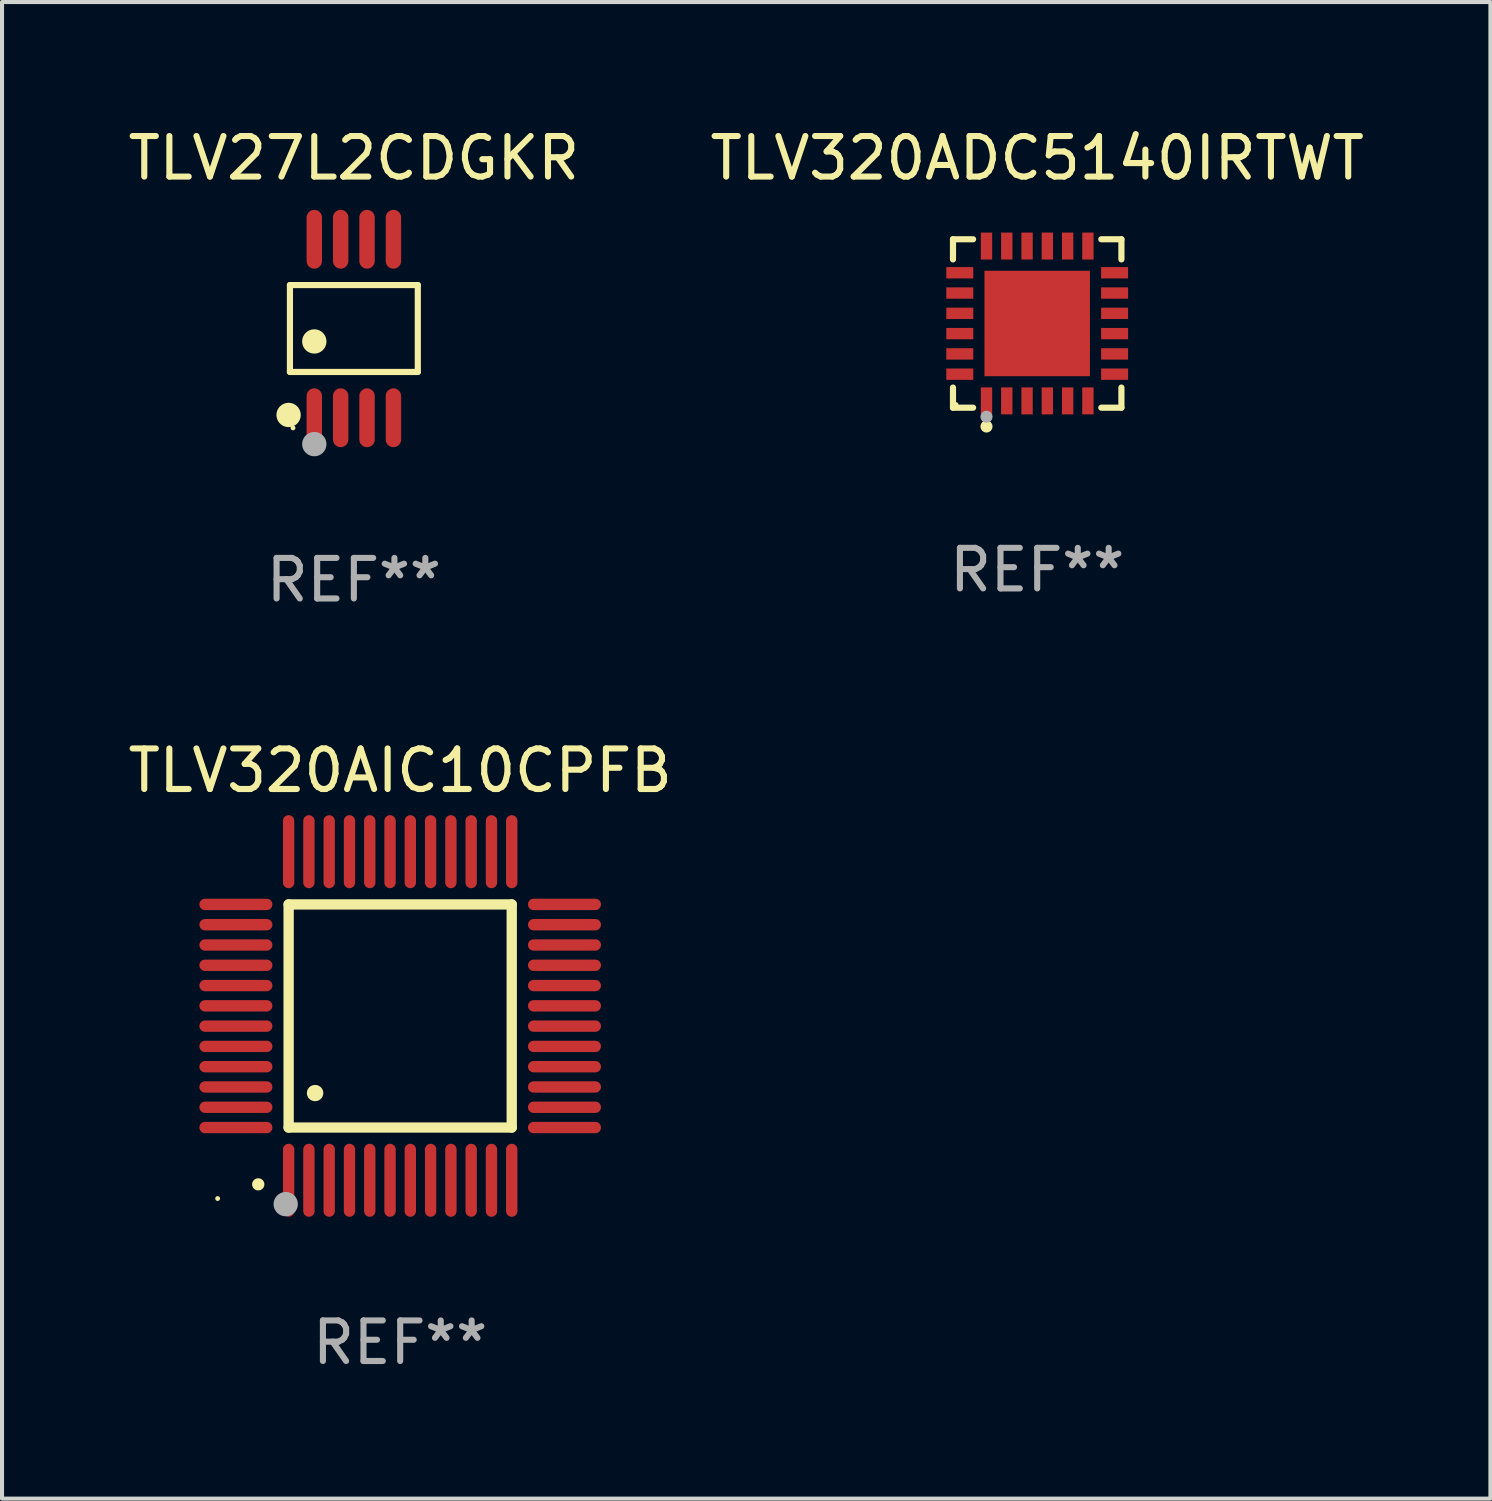
<source format=kicad_pcb>
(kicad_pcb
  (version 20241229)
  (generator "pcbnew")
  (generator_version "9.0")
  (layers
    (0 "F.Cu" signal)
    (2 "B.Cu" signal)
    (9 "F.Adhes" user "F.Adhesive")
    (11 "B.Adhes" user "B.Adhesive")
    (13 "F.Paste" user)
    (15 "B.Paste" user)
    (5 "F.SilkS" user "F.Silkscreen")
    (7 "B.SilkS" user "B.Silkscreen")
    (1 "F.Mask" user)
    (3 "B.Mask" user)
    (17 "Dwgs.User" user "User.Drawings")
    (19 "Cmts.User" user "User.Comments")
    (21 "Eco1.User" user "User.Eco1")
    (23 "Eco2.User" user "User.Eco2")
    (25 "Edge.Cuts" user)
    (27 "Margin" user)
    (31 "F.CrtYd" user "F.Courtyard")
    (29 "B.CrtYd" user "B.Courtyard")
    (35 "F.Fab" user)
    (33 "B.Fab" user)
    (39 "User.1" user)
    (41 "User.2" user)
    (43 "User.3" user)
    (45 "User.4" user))
  (footprint "TLV320AIC10CPFB"
    (layer "F.Cu")
    (at 6.815 21.995)
    (property "Reference" "TLV320AIC10CPFB" (at 0 -6.05 0) (layer "F.SilkS") (effects (font (size 1 1) (thickness 0.15))))
    (attr through_hole)
    (fp_line (start -2.75 -2.75) (end 2.75 -2.75) (stroke (width 0.254) (type solid)) (layer "F.SilkS"))
    (fp_line (start -2.75 2.75) (end -2.75 -2.75) (stroke (width 0.254) (type solid)) (layer "F.SilkS"))
    (fp_line (start 2.75 -2.75) (end 2.75 2.75) (stroke (width 0.254) (type solid)) (layer "F.SilkS"))
    (fp_line (start 2.75 2.75) (end -2.75 2.75) (stroke (width 0.254) (type solid)) (layer "F.SilkS"))
    (fp_arc (start -3.500127 4.150368) (mid -3.498857 4.150363) (end -3.497587 4.150368) (stroke (width 0.3) (type solid)) (layer "F.SilkS"))
    (fp_arc (start -2.100584 1.899924) (mid -2.098044 1.899908) (end -2.095504 1.899924) (stroke (width 0.4) (type solid)) (layer "F.SilkS"))
    (fp_circle (center -4.5 4.5) (end -4.47 4.5) (stroke (width 0.06) (type solid)) (fill no) (layer "F.SilkS"))
    (fp_circle (center -2.822 4.638) (end -2.672 4.638) (stroke (width 0.3) (type solid)) (fill no) (layer "F.Fab"))
    (fp_text user "REF**" (at 0 8.05 0) (layer "F.Fab") (effects (font (size 1 1) (thickness 0.15))))
    (pad "1" smd oval (at -2.75 4.05) (size 0.28 1.8) (layers "F.Cu" "F.Mask" "F.Paste"))
    (pad "2" smd oval (at -2.25 4.05) (size 0.28 1.8) (layers "F.Cu" "F.Mask" "F.Paste"))
    (pad "3" smd oval (at -1.75 4.05) (size 0.28 1.8) (layers "F.Cu" "F.Mask" "F.Paste"))
    (pad "4" smd oval (at -1.25 4.05) (size 0.28 1.8) (layers "F.Cu" "F.Mask" "F.Paste"))
    (pad "5" smd oval (at -0.75 4.05) (size 0.28 1.8) (layers "F.Cu" "F.Mask" "F.Paste"))
    (pad "6" smd oval (at -0.25 4.05) (size 0.28 1.8) (layers "F.Cu" "F.Mask" "F.Paste"))
    (pad "7" smd oval (at 0.25 4.05) (size 0.28 1.8) (layers "F.Cu" "F.Mask" "F.Paste"))
    (pad "8" smd oval (at 0.75 4.05) (size 0.28 1.8) (layers "F.Cu" "F.Mask" "F.Paste"))
    (pad "9" smd oval (at 1.25 4.05) (size 0.28 1.8) (layers "F.Cu" "F.Mask" "F.Paste"))
    (pad "10" smd oval (at 1.75 4.05) (size 0.28 1.8) (layers "F.Cu" "F.Mask" "F.Paste"))
    (pad "11" smd oval (at 2.25 4.05) (size 0.28 1.8) (layers "F.Cu" "F.Mask" "F.Paste"))
    (pad "12" smd oval (at 2.75 4.05) (size 0.28 1.8) (layers "F.Cu" "F.Mask" "F.Paste"))
    (pad "13" smd oval (at 4.05 2.75) (size 1.8 0.28) (layers "F.Cu" "F.Mask" "F.Paste"))
    (pad "14" smd oval (at 4.05 2.25) (size 1.8 0.28) (layers "F.Cu" "F.Mask" "F.Paste"))
    (pad "15" smd oval (at 4.05 1.75) (size 1.8 0.28) (layers "F.Cu" "F.Mask" "F.Paste"))
    (pad "16" smd oval (at 4.05 1.25) (size 1.8 0.28) (layers "F.Cu" "F.Mask" "F.Paste"))
    (pad "17" smd oval (at 4.05 0.75) (size 1.8 0.28) (layers "F.Cu" "F.Mask" "F.Paste"))
    (pad "18" smd oval (at 4.05 0.25) (size 1.8 0.28) (layers "F.Cu" "F.Mask" "F.Paste"))
    (pad "19" smd oval (at 4.05 -0.25) (size 1.8 0.28) (layers "F.Cu" "F.Mask" "F.Paste"))
    (pad "20" smd oval (at 4.05 -0.75) (size 1.8 0.28) (layers "F.Cu" "F.Mask" "F.Paste"))
    (pad "21" smd oval (at 4.05 -1.25) (size 1.8 0.28) (layers "F.Cu" "F.Mask" "F.Paste"))
    (pad "22" smd oval (at 4.05 -1.75) (size 1.8 0.28) (layers "F.Cu" "F.Mask" "F.Paste"))
    (pad "23" smd oval (at 4.05 -2.25) (size 1.8 0.28) (layers "F.Cu" "F.Mask" "F.Paste"))
    (pad "24" smd oval (at 4.05 -2.75) (size 1.8 0.28) (layers "F.Cu" "F.Mask" "F.Paste"))
    (pad "25" smd oval (at 2.75 -4.05) (size 0.28 1.8) (layers "F.Cu" "F.Mask" "F.Paste"))
    (pad "26" smd oval (at 2.25 -4.05) (size 0.28 1.8) (layers "F.Cu" "F.Mask" "F.Paste"))
    (pad "27" smd oval (at 1.75 -4.05) (size 0.28 1.8) (layers "F.Cu" "F.Mask" "F.Paste"))
    (pad "28" smd oval (at 1.25 -4.05) (size 0.28 1.8) (layers "F.Cu" "F.Mask" "F.Paste"))
    (pad "29" smd oval (at 0.75 -4.05) (size 0.28 1.8) (layers "F.Cu" "F.Mask" "F.Paste"))
    (pad "30" smd oval (at 0.25 -4.05) (size 0.28 1.8) (layers "F.Cu" "F.Mask" "F.Paste"))
    (pad "31" smd oval (at -0.25 -4.05) (size 0.28 1.8) (layers "F.Cu" "F.Mask" "F.Paste"))
    (pad "32" smd oval (at -0.75 -4.05) (size 0.28 1.8) (layers "F.Cu" "F.Mask" "F.Paste"))
    (pad "33" smd oval (at -1.25 -4.05) (size 0.28 1.8) (layers "F.Cu" "F.Mask" "F.Paste"))
    (pad "34" smd oval (at -1.75 -4.05) (size 0.28 1.8) (layers "F.Cu" "F.Mask" "F.Paste"))
    (pad "35" smd oval (at -2.25 -4.05) (size 0.28 1.8) (layers "F.Cu" "F.Mask" "F.Paste"))
    (pad "36" smd oval (at -2.75 -4.05) (size 0.28 1.8) (layers "F.Cu" "F.Mask" "F.Paste"))
    (pad "37" smd oval (at -4.05 -2.75) (size 1.8 0.28) (layers "F.Cu" "F.Mask" "F.Paste"))
    (pad "38" smd oval (at -4.05 -2.25) (size 1.8 0.28) (layers "F.Cu" "F.Mask" "F.Paste"))
    (pad "39" smd oval (at -4.05 -1.75) (size 1.8 0.28) (layers "F.Cu" "F.Mask" "F.Paste"))
    (pad "40" smd oval (at -4.05 -1.25) (size 1.8 0.28) (layers "F.Cu" "F.Mask" "F.Paste"))
    (pad "41" smd oval (at -4.05 -0.75) (size 1.8 0.28) (layers "F.Cu" "F.Mask" "F.Paste"))
    (pad "42" smd oval (at -4.05 -0.25) (size 1.8 0.28) (layers "F.Cu" "F.Mask" "F.Paste"))
    (pad "43" smd oval (at -4.05 0.25) (size 1.8 0.28) (layers "F.Cu" "F.Mask" "F.Paste"))
    (pad "44" smd oval (at -4.05 0.75) (size 1.8 0.28) (layers "F.Cu" "F.Mask" "F.Paste"))
    (pad "45" smd oval (at -4.05 1.25) (size 1.8 0.28) (layers "F.Cu" "F.Mask" "F.Paste"))
    (pad "46" smd oval (at -4.05 1.75) (size 1.8 0.28) (layers "F.Cu" "F.Mask" "F.Paste"))
    (pad "47" smd oval (at -4.05 2.25) (size 1.8 0.28) (layers "F.Cu" "F.Mask" "F.Paste"))
    (pad "48" smd oval (at -4.05 2.75) (size 1.8 0.28) (layers "F.Cu" "F.Mask" "F.Paste")))
  (footprint "TLV320ADC5140IRTWT"
    (layer "F.Cu")
    (at 22.518 4.924)
    (property "Reference" "TLV320ADC5140IRTWT" (at 0 -4.076 0) (layer "F.SilkS") (effects (font (size 1 1) (thickness 0.15))))
    (attr through_hole)
    (fp_line (start -2.076 -2.076) (end -1.58 -2.076) (stroke (width 0.152) (type solid)) (layer "F.SilkS"))
    (fp_line (start -2.076 -1.58) (end -2.076 -2.076) (stroke (width 0.152) (type solid)) (layer "F.SilkS"))
    (fp_line (start -2.076 1.58) (end -2.076 2.076) (stroke (width 0.152) (type solid)) (layer "F.SilkS"))
    (fp_line (start -2.076 2.076) (end -1.58 2.076) (stroke (width 0.152) (type solid)) (layer "F.SilkS"))
    (fp_line (start 2.076 -2.076) (end 1.58 -2.076) (stroke (width 0.152) (type solid)) (layer "F.SilkS"))
    (fp_line (start 2.076 -1.58) (end 2.076 -2.076) (stroke (width 0.152) (type solid)) (layer "F.SilkS"))
    (fp_line (start 2.076 1.58) (end 2.076 2.076) (stroke (width 0.152) (type solid)) (layer "F.SilkS"))
    (fp_line (start 2.076 2.076) (end 1.58 2.076) (stroke (width 0.152) (type solid)) (layer "F.SilkS"))
    (fp_circle (center -2 2) (end -1.97 2) (stroke (width 0.06) (type solid)) (fill no) (layer "F.SilkS"))
    (fp_circle (center -1.25 2.54) (end -1.175 2.54) (stroke (width 0.15) (type solid)) (fill no) (layer "F.SilkS"))
    (fp_circle (center -1.25 2.3) (end -1.175 2.3) (stroke (width 0.15) (type solid)) (fill no) (layer "F.Fab"))
    (fp_text user "REF**" (at 0 6.076 0) (layer "F.Fab") (effects (font (size 1 1) (thickness 0.15))))
    (pad "1" smd rect (at -1.25 1.908) (size 0.28 0.665) (layers "F.Cu" "F.Mask" "F.Paste"))
    (pad "2" smd rect (at -0.75 1.908) (size 0.28 0.665) (layers "F.Cu" "F.Mask" "F.Paste"))
    (pad "3" smd rect (at -0.25 1.908) (size 0.28 0.665) (layers "F.Cu" "F.Mask" "F.Paste"))
    (pad "4" smd rect (at 0.25 1.908) (size 0.28 0.665) (layers "F.Cu" "F.Mask" "F.Paste"))
    (pad "5" smd rect (at 0.75 1.908) (size 0.28 0.665) (layers "F.Cu" "F.Mask" "F.Paste"))
    (pad "6" smd rect (at 1.25 1.908) (size 0.28 0.665) (layers "F.Cu" "F.Mask" "F.Paste"))
    (pad "7" smd rect (at 1.908 1.25) (size 0.665 0.28) (layers "F.Cu" "F.Mask" "F.Paste"))
    (pad "8" smd rect (at 1.908 0.75) (size 0.665 0.28) (layers "F.Cu" "F.Mask" "F.Paste"))
    (pad "9" smd rect (at 1.908 0.25) (size 0.665 0.28) (layers "F.Cu" "F.Mask" "F.Paste"))
    (pad "10" smd rect (at 1.908 -0.25) (size 0.665 0.28) (layers "F.Cu" "F.Mask" "F.Paste"))
    (pad "11" smd rect (at 1.908 -0.75) (size 0.665 0.28) (layers "F.Cu" "F.Mask" "F.Paste"))
    (pad "12" smd rect (at 1.908 -1.25) (size 0.665 0.28) (layers "F.Cu" "F.Mask" "F.Paste"))
    (pad "13" smd rect (at 1.25 -1.908) (size 0.28 0.665) (layers "F.Cu" "F.Mask" "F.Paste"))
    (pad "14" smd rect (at 0.75 -1.908) (size 0.28 0.665) (layers "F.Cu" "F.Mask" "F.Paste"))
    (pad "15" smd rect (at 0.25 -1.908) (size 0.28 0.665) (layers "F.Cu" "F.Mask" "F.Paste"))
    (pad "16" smd rect (at -0.25 -1.908) (size 0.28 0.665) (layers "F.Cu" "F.Mask" "F.Paste"))
    (pad "17" smd rect (at -0.75 -1.908) (size 0.28 0.665) (layers "F.Cu" "F.Mask" "F.Paste"))
    (pad "18" smd rect (at -1.25 -1.908) (size 0.28 0.665) (layers "F.Cu" "F.Mask" "F.Paste"))
    (pad "19" smd rect (at -1.908 -1.25) (size 0.665 0.28) (layers "F.Cu" "F.Mask" "F.Paste"))
    (pad "20" smd rect (at -1.908 -0.75) (size 0.665 0.28) (layers "F.Cu" "F.Mask" "F.Paste"))
    (pad "21" smd rect (at -1.908 -0.25) (size 0.665 0.28) (layers "F.Cu" "F.Mask" "F.Paste"))
    (pad "22" smd rect (at -1.908 0.25) (size 0.665 0.28) (layers "F.Cu" "F.Mask" "F.Paste"))
    (pad "23" smd rect (at -1.908 0.75) (size 0.665 0.28) (layers "F.Cu" "F.Mask" "F.Paste"))
    (pad "24" smd rect (at -1.908 1.25) (size 0.665 0.28) (layers "F.Cu" "F.Mask" "F.Paste"))
    (pad "25" smd rect (at 0 0) (size 2.6 2.6) (layers "F.Cu" "F.Mask" "F.Paste")))
  (footprint "TLV27L2CDGKR"
    (layer "F.Cu")
    (at 5.673 5.048)
    (property "Reference" "TLV27L2CDGKR" (at 0 -4.2 0) (layer "F.SilkS") (effects (font (size 1 1) (thickness 0.15))))
    (attr through_hole)
    (fp_line (start -1.576 -1.071) (end 1.576 -1.071) (stroke (width 0.152) (type solid)) (layer "F.SilkS"))
    (fp_line (start -1.576 1.071) (end -1.576 -1.071) (stroke (width 0.152) (type solid)) (layer "F.SilkS"))
    (fp_line (start 1.576 -1.071) (end 1.576 1.071) (stroke (width 0.152) (type solid)) (layer "F.SilkS"))
    (fp_line (start 1.576 1.071) (end -1.576 1.071) (stroke (width 0.152) (type solid)) (layer "F.SilkS"))
    (fp_circle (center -1.609 2.131) (end -1.459 2.131) (stroke (width 0.3) (type solid)) (fill no) (layer "F.SilkS"))
    (fp_circle (center -1.5 2.45) (end -1.47 2.45) (stroke (width 0.06) (type solid)) (fill no) (layer "F.SilkS"))
    (fp_circle (center -0.975 0.319) (end -0.825 0.319) (stroke (width 0.3) (type solid)) (fill no) (layer "F.SilkS"))
    (fp_circle (center -0.975 2.85) (end -0.825 2.85) (stroke (width 0.3) (type solid)) (fill no) (layer "F.Fab"))
    (fp_text user "REF**" (at 0 6.2 0) (layer "F.Fab") (effects (font (size 1 1) (thickness 0.15))))
    (pad "1" smd oval (at -0.975 2.2) (size 0.38 1.45) (layers "F.Cu" "F.Mask" "F.Paste"))
    (pad "2" smd oval (at -0.325 2.2) (size 0.38 1.45) (layers "F.Cu" "F.Mask" "F.Paste"))
    (pad "3" smd oval (at 0.325 2.2) (size 0.38 1.45) (layers "F.Cu" "F.Mask" "F.Paste"))
    (pad "4" smd oval (at 0.975 2.2) (size 0.38 1.45) (layers "F.Cu" "F.Mask" "F.Paste"))
    (pad "5" smd oval (at 0.975 -2.2) (size 0.38 1.45) (layers "F.Cu" "F.Mask" "F.Paste"))
    (pad "6" smd oval (at 0.325 -2.2) (size 0.38 1.45) (layers "F.Cu" "F.Mask" "F.Paste"))
    (pad "7" smd oval (at -0.325 -2.2) (size 0.38 1.45) (layers "F.Cu" "F.Mask" "F.Paste"))
    (pad "8" smd oval (at -0.975 -2.2) (size 0.38 1.45) (layers "F.Cu" "F.Mask" "F.Paste")))
  (gr_rect
    (start -3 -3)
    (end 33.69 33.893)
    (stroke (width 0.1) (type default))
    (fill no)
    (layer "Edge.Cuts")))
</source>
